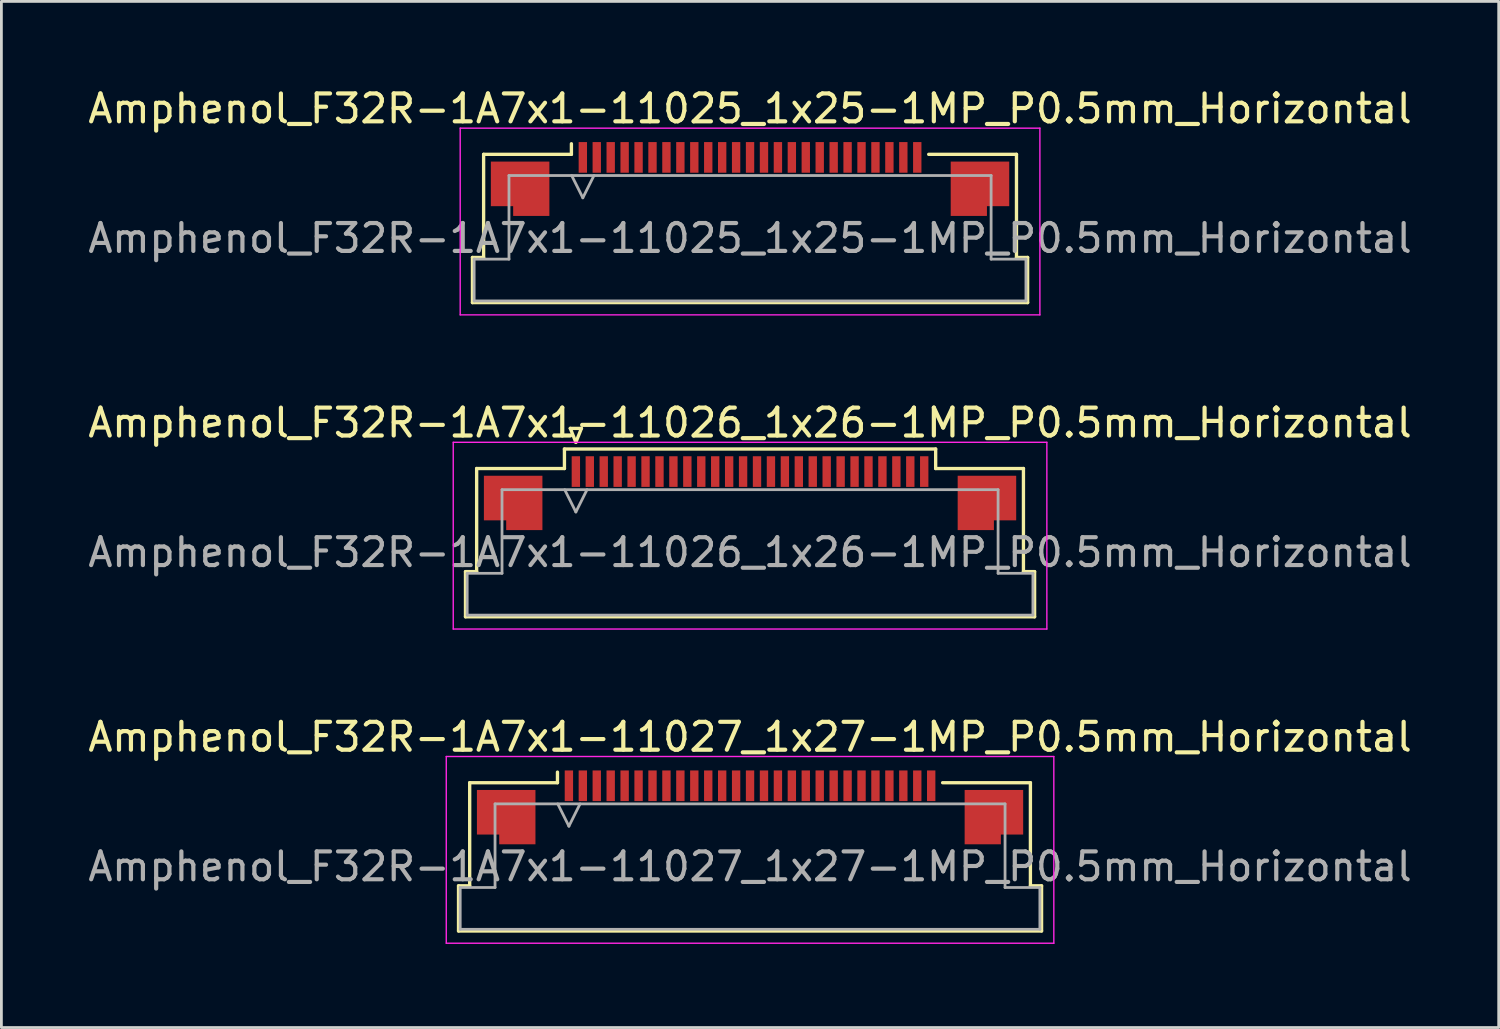
<source format=kicad_pcb>
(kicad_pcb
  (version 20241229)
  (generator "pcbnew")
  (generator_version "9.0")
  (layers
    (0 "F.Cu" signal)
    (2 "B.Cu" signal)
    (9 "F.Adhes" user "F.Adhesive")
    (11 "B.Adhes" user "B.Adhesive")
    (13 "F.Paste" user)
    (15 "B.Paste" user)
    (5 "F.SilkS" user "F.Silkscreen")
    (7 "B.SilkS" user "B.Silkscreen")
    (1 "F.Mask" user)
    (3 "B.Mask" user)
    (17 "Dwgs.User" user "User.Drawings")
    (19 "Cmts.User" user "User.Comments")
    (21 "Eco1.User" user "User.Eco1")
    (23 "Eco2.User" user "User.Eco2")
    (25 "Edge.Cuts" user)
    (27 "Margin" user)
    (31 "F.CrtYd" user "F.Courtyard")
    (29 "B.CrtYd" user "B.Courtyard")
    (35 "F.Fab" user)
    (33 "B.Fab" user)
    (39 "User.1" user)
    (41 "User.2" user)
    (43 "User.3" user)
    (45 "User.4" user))
  (footprint "Amphenol_F32R-1A7x1-11027_1x27-1MP_P0.5mm_Horizontal"
    (layer "F.Cu")
    (at 23.863 28.045)
    (property "Reference" "Amphenol_F32R-1A7x1-11027_1x27-1MP_P0.5mm_Horizontal" (at 0 -4.65 0) (layer "F.SilkS") (effects (font (size 1 1) (thickness 0.15))))
    (attr smd)
    (fp_line (start -10.46 0.69) (end -10.06 0.69) (stroke (width 0.12) (type solid)) (layer "F.SilkS"))
    (fp_line (start -10.46 2.31) (end -10.46 0.69) (stroke (width 0.12) (type solid)) (layer "F.SilkS"))
    (fp_line (start -10.06 -3.01) (end -6.91 -3.01) (stroke (width 0.12) (type solid)) (layer "F.SilkS"))
    (fp_line (start -10.06 0.69) (end -10.06 -3.01) (stroke (width 0.12) (type solid)) (layer "F.SilkS"))
    (fp_line (start -6.91 -3.01) (end -6.91 -3.39) (stroke (width 0.12) (type solid)) (layer "F.SilkS"))
    (fp_line (start 6.91 -3.01) (end 10.06 -3.01) (stroke (width 0.12) (type solid)) (layer "F.SilkS"))
    (fp_line (start 10.06 -3.01) (end 10.06 0.69) (stroke (width 0.12) (type solid)) (layer "F.SilkS"))
    (fp_line (start 10.06 0.69) (end 10.46 0.69) (stroke (width 0.12) (type solid)) (layer "F.SilkS"))
    (fp_line (start 10.46 0.69) (end 10.46 2.31) (stroke (width 0.12) (type solid)) (layer "F.SilkS"))
    (fp_line (start 10.46 2.31) (end -10.46 2.31) (stroke (width 0.12) (type solid)) (layer "F.SilkS"))
    (fp_line (start -10.9 -3.95) (end -10.9 2.75) (stroke (width 0.05) (type solid)) (layer "F.CrtYd"))
    (fp_line (start -10.9 2.75) (end 10.9 2.75) (stroke (width 0.05) (type solid)) (layer "F.CrtYd"))
    (fp_line (start 10.9 -3.95) (end -10.9 -3.95) (stroke (width 0.05) (type solid)) (layer "F.CrtYd"))
    (fp_line (start 10.9 2.75) (end 10.9 -3.95) (stroke (width 0.05) (type solid)) (layer "F.CrtYd"))
    (fp_line (start -10.4 0.75) (end -9.15 0.75) (stroke (width 0.1) (type solid)) (layer "F.Fab"))
    (fp_line (start -10.4 2.25) (end -10.4 0.75) (stroke (width 0.1) (type solid)) (layer "F.Fab"))
    (fp_line (start -9.15 -2.25) (end 9.15 -2.25) (stroke (width 0.1) (type solid)) (layer "F.Fab"))
    (fp_line (start -9.15 0.75) (end -9.15 -2.25) (stroke (width 0.1) (type solid)) (layer "F.Fab"))
    (fp_line (start -6.9 -2.25) (end -6.5 -1.45) (stroke (width 0.1) (type solid)) (layer "F.Fab"))
    (fp_line (start -6.5 -1.45) (end -6.1 -2.25) (stroke (width 0.1) (type solid)) (layer "F.Fab"))
    (fp_line (start 9.15 -2.25) (end 9.15 0.75) (stroke (width 0.1) (type solid)) (layer "F.Fab"))
    (fp_line (start 9.15 0.75) (end 10.4 0.75) (stroke (width 0.1) (type solid)) (layer "F.Fab"))
    (fp_line (start 10.4 0.75) (end 10.4 2.25) (stroke (width 0.1) (type solid)) (layer "F.Fab"))
    (fp_line (start 10.4 2.25) (end -10.4 2.25) (stroke (width 0.1) (type solid)) (layer "F.Fab"))
    (fp_text user "${REFERENCE}" (at 0 0 0) (layer "F.Fab") (effects (font (size 1 1) (thickness 0.15))))
    (pad "1" smd rect (at -6.5 -2.9) (size 0.3 1.1) (layers "F.Cu" "F.Mask" "F.Paste"))
    (pad "2" smd rect (at -6 -2.9) (size 0.3 1.1) (layers "F.Cu" "F.Mask" "F.Paste"))
    (pad "3" smd rect (at -5.5 -2.9) (size 0.3 1.1) (layers "F.Cu" "F.Mask" "F.Paste"))
    (pad "4" smd rect (at -5 -2.9) (size 0.3 1.1) (layers "F.Cu" "F.Mask" "F.Paste"))
    (pad "5" smd rect (at -4.5 -2.9) (size 0.3 1.1) (layers "F.Cu" "F.Mask" "F.Paste"))
    (pad "6" smd rect (at -4 -2.9) (size 0.3 1.1) (layers "F.Cu" "F.Mask" "F.Paste"))
    (pad "7" smd rect (at -3.5 -2.9) (size 0.3 1.1) (layers "F.Cu" "F.Mask" "F.Paste"))
    (pad "8" smd rect (at -3 -2.9) (size 0.3 1.1) (layers "F.Cu" "F.Mask" "F.Paste"))
    (pad "9" smd rect (at -2.5 -2.9) (size 0.3 1.1) (layers "F.Cu" "F.Mask" "F.Paste"))
    (pad "10" smd rect (at -2 -2.9) (size 0.3 1.1) (layers "F.Cu" "F.Mask" "F.Paste"))
    (pad "11" smd rect (at -1.5 -2.9) (size 0.3 1.1) (layers "F.Cu" "F.Mask" "F.Paste"))
    (pad "12" smd rect (at -1 -2.9) (size 0.3 1.1) (layers "F.Cu" "F.Mask" "F.Paste"))
    (pad "13" smd rect (at -0.5 -2.9) (size 0.3 1.1) (layers "F.Cu" "F.Mask" "F.Paste"))
    (pad "14" smd rect (at 0 -2.9) (size 0.3 1.1) (layers "F.Cu" "F.Mask" "F.Paste"))
    (pad "15" smd rect (at 0.5 -2.9) (size 0.3 1.1) (layers "F.Cu" "F.Mask" "F.Paste"))
    (pad "16" smd rect (at 1 -2.9) (size 0.3 1.1) (layers "F.Cu" "F.Mask" "F.Paste"))
    (pad "17" smd rect (at 1.5 -2.9) (size 0.3 1.1) (layers "F.Cu" "F.Mask" "F.Paste"))
    (pad "18" smd rect (at 2 -2.9) (size 0.3 1.1) (layers "F.Cu" "F.Mask" "F.Paste"))
    (pad "19" smd rect (at 2.5 -2.9) (size 0.3 1.1) (layers "F.Cu" "F.Mask" "F.Paste"))
    (pad "20" smd rect (at 3 -2.9) (size 0.3 1.1) (layers "F.Cu" "F.Mask" "F.Paste"))
    (pad "21" smd rect (at 3.5 -2.9) (size 0.3 1.1) (layers "F.Cu" "F.Mask" "F.Paste"))
    (pad "22" smd rect (at 4 -2.9) (size 0.3 1.1) (layers "F.Cu" "F.Mask" "F.Paste"))
    (pad "23" smd rect (at 4.5 -2.9) (size 0.3 1.1) (layers "F.Cu" "F.Mask" "F.Paste"))
    (pad "24" smd rect (at 5 -2.9) (size 0.3 1.1) (layers "F.Cu" "F.Mask" "F.Paste"))
    (pad "25" smd rect (at 5.5 -2.9) (size 0.3 1.1) (layers "F.Cu" "F.Mask" "F.Paste"))
    (pad "26" smd rect (at 6 -2.9) (size 0.3 1.1) (layers "F.Cu" "F.Mask" "F.Paste"))
    (pad "27" smd rect (at 6.5 -2.9) (size 0.3 1.1) (layers "F.Cu" "F.Mask" "F.Paste"))
    (pad "MP" smd custom (at -8.75 -1.775) (size 1 1) (layers "F.Cu" "F.Mask" "F.Paste") (options (anchor circle)) (primitives (gr_poly (pts (xy 1.05 -0.975) (xy 1.05 0.975) (xy -0.25 0.975) (xy -0.25 0.625) (xy -1.05 0.625) (xy -1.05 -0.975) (xy 1.05 -0.975)) (width 0) (fill yes))))
    (pad "MP" smd custom (at 8.75 -1.775) (size 1 1) (layers "F.Cu" "F.Mask" "F.Paste") (options (anchor circle)) (primitives (gr_poly (pts (xy -1.05 -0.975) (xy -1.05 0.975) (xy 0.25 0.975) (xy 0.25 0.625) (xy 1.05 0.625) (xy 1.05 -0.975) (xy -1.05 -0.975)) (width 0) (fill yes)))))
  (footprint "Amphenol_F32R-1A7x1-11025_1x25-1MP_P0.5mm_Horizontal"
    (layer "F.Cu")
    (at 23.863 5.498)
    (property "Reference" "Amphenol_F32R-1A7x1-11025_1x25-1MP_P0.5mm_Horizontal" (at 0 -4.65 0) (layer "F.SilkS") (effects (font (size 1 1) (thickness 0.15))))
    (attr smd)
    (fp_line (start -9.96 0.69) (end -9.56 0.69) (stroke (width 0.12) (type solid)) (layer "F.SilkS"))
    (fp_line (start -9.96 2.31) (end -9.96 0.69) (stroke (width 0.12) (type solid)) (layer "F.SilkS"))
    (fp_line (start -9.56 -3.01) (end -6.41 -3.01) (stroke (width 0.12) (type solid)) (layer "F.SilkS"))
    (fp_line (start -9.56 0.69) (end -9.56 -3.01) (stroke (width 0.12) (type solid)) (layer "F.SilkS"))
    (fp_line (start -6.41 -3.01) (end -6.41 -3.39) (stroke (width 0.12) (type solid)) (layer "F.SilkS"))
    (fp_line (start 6.41 -3.01) (end 9.56 -3.01) (stroke (width 0.12) (type solid)) (layer "F.SilkS"))
    (fp_line (start 9.56 -3.01) (end 9.56 0.69) (stroke (width 0.12) (type solid)) (layer "F.SilkS"))
    (fp_line (start 9.56 0.69) (end 9.96 0.69) (stroke (width 0.12) (type solid)) (layer "F.SilkS"))
    (fp_line (start 9.96 0.69) (end 9.96 2.31) (stroke (width 0.12) (type solid)) (layer "F.SilkS"))
    (fp_line (start 9.96 2.31) (end -9.96 2.31) (stroke (width 0.12) (type solid)) (layer "F.SilkS"))
    (fp_line (start -10.4 -3.95) (end -10.4 2.75) (stroke (width 0.05) (type solid)) (layer "F.CrtYd"))
    (fp_line (start -10.4 2.75) (end 10.4 2.75) (stroke (width 0.05) (type solid)) (layer "F.CrtYd"))
    (fp_line (start 10.4 -3.95) (end -10.4 -3.95) (stroke (width 0.05) (type solid)) (layer "F.CrtYd"))
    (fp_line (start 10.4 2.75) (end 10.4 -3.95) (stroke (width 0.05) (type solid)) (layer "F.CrtYd"))
    (fp_line (start -9.9 0.75) (end -8.65 0.75) (stroke (width 0.1) (type solid)) (layer "F.Fab"))
    (fp_line (start -9.9 2.25) (end -9.9 0.75) (stroke (width 0.1) (type solid)) (layer "F.Fab"))
    (fp_line (start -8.65 -2.25) (end 8.65 -2.25) (stroke (width 0.1) (type solid)) (layer "F.Fab"))
    (fp_line (start -8.65 0.75) (end -8.65 -2.25) (stroke (width 0.1) (type solid)) (layer "F.Fab"))
    (fp_line (start -6.4 -2.25) (end -6 -1.45) (stroke (width 0.1) (type solid)) (layer "F.Fab"))
    (fp_line (start -6 -1.45) (end -5.6 -2.25) (stroke (width 0.1) (type solid)) (layer "F.Fab"))
    (fp_line (start 8.65 -2.25) (end 8.65 0.75) (stroke (width 0.1) (type solid)) (layer "F.Fab"))
    (fp_line (start 8.65 0.75) (end 9.9 0.75) (stroke (width 0.1) (type solid)) (layer "F.Fab"))
    (fp_line (start 9.9 0.75) (end 9.9 2.25) (stroke (width 0.1) (type solid)) (layer "F.Fab"))
    (fp_line (start 9.9 2.25) (end -9.9 2.25) (stroke (width 0.1) (type solid)) (layer "F.Fab"))
    (fp_text user "${REFERENCE}" (at 0 0 0) (layer "F.Fab") (effects (font (size 1 1) (thickness 0.15))))
    (pad "1" smd rect (at -6 -2.9) (size 0.3 1.1) (layers "F.Cu" "F.Mask" "F.Paste"))
    (pad "2" smd rect (at -5.5 -2.9) (size 0.3 1.1) (layers "F.Cu" "F.Mask" "F.Paste"))
    (pad "3" smd rect (at -5 -2.9) (size 0.3 1.1) (layers "F.Cu" "F.Mask" "F.Paste"))
    (pad "4" smd rect (at -4.5 -2.9) (size 0.3 1.1) (layers "F.Cu" "F.Mask" "F.Paste"))
    (pad "5" smd rect (at -4 -2.9) (size 0.3 1.1) (layers "F.Cu" "F.Mask" "F.Paste"))
    (pad "6" smd rect (at -3.5 -2.9) (size 0.3 1.1) (layers "F.Cu" "F.Mask" "F.Paste"))
    (pad "7" smd rect (at -3 -2.9) (size 0.3 1.1) (layers "F.Cu" "F.Mask" "F.Paste"))
    (pad "8" smd rect (at -2.5 -2.9) (size 0.3 1.1) (layers "F.Cu" "F.Mask" "F.Paste"))
    (pad "9" smd rect (at -2 -2.9) (size 0.3 1.1) (layers "F.Cu" "F.Mask" "F.Paste"))
    (pad "10" smd rect (at -1.5 -2.9) (size 0.3 1.1) (layers "F.Cu" "F.Mask" "F.Paste"))
    (pad "11" smd rect (at -1 -2.9) (size 0.3 1.1) (layers "F.Cu" "F.Mask" "F.Paste"))
    (pad "12" smd rect (at -0.5 -2.9) (size 0.3 1.1) (layers "F.Cu" "F.Mask" "F.Paste"))
    (pad "13" smd rect (at 0 -2.9) (size 0.3 1.1) (layers "F.Cu" "F.Mask" "F.Paste"))
    (pad "14" smd rect (at 0.5 -2.9) (size 0.3 1.1) (layers "F.Cu" "F.Mask" "F.Paste"))
    (pad "15" smd rect (at 1 -2.9) (size 0.3 1.1) (layers "F.Cu" "F.Mask" "F.Paste"))
    (pad "16" smd rect (at 1.5 -2.9) (size 0.3 1.1) (layers "F.Cu" "F.Mask" "F.Paste"))
    (pad "17" smd rect (at 2 -2.9) (size 0.3 1.1) (layers "F.Cu" "F.Mask" "F.Paste"))
    (pad "18" smd rect (at 2.5 -2.9) (size 0.3 1.1) (layers "F.Cu" "F.Mask" "F.Paste"))
    (pad "19" smd rect (at 3 -2.9) (size 0.3 1.1) (layers "F.Cu" "F.Mask" "F.Paste"))
    (pad "20" smd rect (at 3.5 -2.9) (size 0.3 1.1) (layers "F.Cu" "F.Mask" "F.Paste"))
    (pad "21" smd rect (at 4 -2.9) (size 0.3 1.1) (layers "F.Cu" "F.Mask" "F.Paste"))
    (pad "22" smd rect (at 4.5 -2.9) (size 0.3 1.1) (layers "F.Cu" "F.Mask" "F.Paste"))
    (pad "23" smd rect (at 5 -2.9) (size 0.3 1.1) (layers "F.Cu" "F.Mask" "F.Paste"))
    (pad "24" smd rect (at 5.5 -2.9) (size 0.3 1.1) (layers "F.Cu" "F.Mask" "F.Paste"))
    (pad "25" smd rect (at 6 -2.9) (size 0.3 1.1) (layers "F.Cu" "F.Mask" "F.Paste"))
    (pad "MP" smd custom (at -8.25 -1.775) (size 1 1) (layers "F.Cu" "F.Mask" "F.Paste") (options (anchor circle)) (primitives (gr_poly (pts (xy 1.05 -0.975) (xy 1.05 0.975) (xy -0.25 0.975) (xy -0.25 0.625) (xy -1.05 0.625) (xy -1.05 -0.975) (xy 1.05 -0.975)) (width 0) (fill yes))))
    (pad "MP" smd custom (at 8.25 -1.775) (size 1 1) (layers "F.Cu" "F.Mask" "F.Paste") (options (anchor circle)) (primitives (gr_poly (pts (xy -1.05 -0.975) (xy -1.05 0.975) (xy 0.25 0.975) (xy 0.25 0.625) (xy 1.05 0.625) (xy 1.05 -0.975) (xy -1.05 -0.975)) (width 0) (fill yes)))))
  (footprint "Amphenol_F32R-1A7x1-11026_1x26-1MP_P0.5mm_Horizontal"
    (layer "F.Cu")
    (at 23.863 16.771)
    (property "Reference" "Amphenol_F32R-1A7x1-11026_1x26-1MP_P0.5mm_Horizontal" (at 0 -4.65 0) (layer "F.SilkS") (effects (font (size 1 1) (thickness 0.15))))
    (attr smd)
    (fp_line (start -10.21 0.69) (end -9.81 0.69) (stroke (width 0.12) (type solid)) (layer "F.SilkS"))
    (fp_line (start -10.21 2.31) (end -10.21 0.69) (stroke (width 0.12) (type solid)) (layer "F.SilkS"))
    (fp_line (start -9.81 -3.01) (end -6.66 -3.01) (stroke (width 0.12) (type solid)) (layer "F.SilkS"))
    (fp_line (start -9.81 0.69) (end -9.81 -3.01) (stroke (width 0.12) (type solid)) (layer "F.SilkS"))
    (fp_line (start -6.66 -3.71) (end 6.66 -3.71) (stroke (width 0.12) (type solid)) (layer "F.SilkS"))
    (fp_line (start -6.66 -3.01) (end -6.66 -3.71) (stroke (width 0.12) (type solid)) (layer "F.SilkS"))
    (fp_line (start -6.45 -4.45) (end -6.25 -3.95) (stroke (width 0.12) (type solid)) (layer "F.SilkS"))
    (fp_line (start -6.25 -3.95) (end -6.05 -4.45) (stroke (width 0.12) (type solid)) (layer "F.SilkS"))
    (fp_line (start -6.05 -4.45) (end -6.45 -4.45) (stroke (width 0.12) (type solid)) (layer "F.SilkS"))
    (fp_line (start 6.66 -3.71) (end 6.66 -3.01) (stroke (width 0.12) (type solid)) (layer "F.SilkS"))
    (fp_line (start 6.66 -3.01) (end 9.81 -3.01) (stroke (width 0.12) (type solid)) (layer "F.SilkS"))
    (fp_line (start 9.81 -3.01) (end 9.81 0.69) (stroke (width 0.12) (type solid)) (layer "F.SilkS"))
    (fp_line (start 9.81 0.69) (end 10.21 0.69) (stroke (width 0.12) (type solid)) (layer "F.SilkS"))
    (fp_line (start 10.21 0.69) (end 10.21 2.31) (stroke (width 0.12) (type solid)) (layer "F.SilkS"))
    (fp_line (start 10.21 2.31) (end -10.21 2.31) (stroke (width 0.12) (type solid)) (layer "F.SilkS"))
    (fp_line (start -10.65 -3.95) (end -10.65 2.75) (stroke (width 0.05) (type solid)) (layer "F.CrtYd"))
    (fp_line (start -10.65 2.75) (end 10.65 2.75) (stroke (width 0.05) (type solid)) (layer "F.CrtYd"))
    (fp_line (start 10.65 -3.95) (end -10.65 -3.95) (stroke (width 0.05) (type solid)) (layer "F.CrtYd"))
    (fp_line (start 10.65 2.75) (end 10.65 -3.95) (stroke (width 0.05) (type solid)) (layer "F.CrtYd"))
    (fp_line (start -10.15 0.75) (end -8.9 0.75) (stroke (width 0.1) (type solid)) (layer "F.Fab"))
    (fp_line (start -10.15 2.25) (end -10.15 0.75) (stroke (width 0.1) (type solid)) (layer "F.Fab"))
    (fp_line (start -8.9 -2.25) (end 8.9 -2.25) (stroke (width 0.1) (type solid)) (layer "F.Fab"))
    (fp_line (start -8.9 0.75) (end -8.9 -2.25) (stroke (width 0.1) (type solid)) (layer "F.Fab"))
    (fp_line (start -6.65 -2.25) (end -6.25 -1.45) (stroke (width 0.1) (type solid)) (layer "F.Fab"))
    (fp_line (start -6.25 -1.45) (end -5.85 -2.25) (stroke (width 0.1) (type solid)) (layer "F.Fab"))
    (fp_line (start 8.9 -2.25) (end 8.9 0.75) (stroke (width 0.1) (type solid)) (layer "F.Fab"))
    (fp_line (start 8.9 0.75) (end 10.15 0.75) (stroke (width 0.1) (type solid)) (layer "F.Fab"))
    (fp_line (start 10.15 0.75) (end 10.15 2.25) (stroke (width 0.1) (type solid)) (layer "F.Fab"))
    (fp_line (start 10.15 2.25) (end -10.15 2.25) (stroke (width 0.1) (type solid)) (layer "F.Fab"))
    (fp_text user "${REFERENCE}" (at 0 0 0) (layer "F.Fab") (effects (font (size 1 1) (thickness 0.15))))
    (pad "1" smd rect (at -6.25 -2.9) (size 0.3 1.1) (layers "F.Cu" "F.Mask" "F.Paste"))
    (pad "2" smd rect (at -5.75 -2.9) (size 0.3 1.1) (layers "F.Cu" "F.Mask" "F.Paste"))
    (pad "3" smd rect (at -5.25 -2.9) (size 0.3 1.1) (layers "F.Cu" "F.Mask" "F.Paste"))
    (pad "4" smd rect (at -4.75 -2.9) (size 0.3 1.1) (layers "F.Cu" "F.Mask" "F.Paste"))
    (pad "5" smd rect (at -4.25 -2.9) (size 0.3 1.1) (layers "F.Cu" "F.Mask" "F.Paste"))
    (pad "6" smd rect (at -3.75 -2.9) (size 0.3 1.1) (layers "F.Cu" "F.Mask" "F.Paste"))
    (pad "7" smd rect (at -3.25 -2.9) (size 0.3 1.1) (layers "F.Cu" "F.Mask" "F.Paste"))
    (pad "8" smd rect (at -2.75 -2.9) (size 0.3 1.1) (layers "F.Cu" "F.Mask" "F.Paste"))
    (pad "9" smd rect (at -2.25 -2.9) (size 0.3 1.1) (layers "F.Cu" "F.Mask" "F.Paste"))
    (pad "10" smd rect (at -1.75 -2.9) (size 0.3 1.1) (layers "F.Cu" "F.Mask" "F.Paste"))
    (pad "11" smd rect (at -1.25 -2.9) (size 0.3 1.1) (layers "F.Cu" "F.Mask" "F.Paste"))
    (pad "12" smd rect (at -0.75 -2.9) (size 0.3 1.1) (layers "F.Cu" "F.Mask" "F.Paste"))
    (pad "13" smd rect (at -0.25 -2.9) (size 0.3 1.1) (layers "F.Cu" "F.Mask" "F.Paste"))
    (pad "14" smd rect (at 0.25 -2.9) (size 0.3 1.1) (layers "F.Cu" "F.Mask" "F.Paste"))
    (pad "15" smd rect (at 0.75 -2.9) (size 0.3 1.1) (layers "F.Cu" "F.Mask" "F.Paste"))
    (pad "16" smd rect (at 1.25 -2.9) (size 0.3 1.1) (layers "F.Cu" "F.Mask" "F.Paste"))
    (pad "17" smd rect (at 1.75 -2.9) (size 0.3 1.1) (layers "F.Cu" "F.Mask" "F.Paste"))
    (pad "18" smd rect (at 2.25 -2.9) (size 0.3 1.1) (layers "F.Cu" "F.Mask" "F.Paste"))
    (pad "19" smd rect (at 2.75 -2.9) (size 0.3 1.1) (layers "F.Cu" "F.Mask" "F.Paste"))
    (pad "20" smd rect (at 3.25 -2.9) (size 0.3 1.1) (layers "F.Cu" "F.Mask" "F.Paste"))
    (pad "21" smd rect (at 3.75 -2.9) (size 0.3 1.1) (layers "F.Cu" "F.Mask" "F.Paste"))
    (pad "22" smd rect (at 4.25 -2.9) (size 0.3 1.1) (layers "F.Cu" "F.Mask" "F.Paste"))
    (pad "23" smd rect (at 4.75 -2.9) (size 0.3 1.1) (layers "F.Cu" "F.Mask" "F.Paste"))
    (pad "24" smd rect (at 5.25 -2.9) (size 0.3 1.1) (layers "F.Cu" "F.Mask" "F.Paste"))
    (pad "25" smd rect (at 5.75 -2.9) (size 0.3 1.1) (layers "F.Cu" "F.Mask" "F.Paste"))
    (pad "26" smd rect (at 6.25 -2.9) (size 0.3 1.1) (layers "F.Cu" "F.Mask" "F.Paste"))
    (pad "MP" smd custom (at -8.5 -1.775) (size 1 1) (layers "F.Cu" "F.Mask" "F.Paste") (options (anchor circle)) (primitives (gr_poly (pts (xy 1.05 -0.975) (xy 1.05 0.975) (xy -0.25 0.975) (xy -0.25 0.625) (xy -1.05 0.625) (xy -1.05 -0.975) (xy 1.05 -0.975)) (width 0) (fill yes))))
    (pad "MP" smd custom (at 8.5 -1.775) (size 1 1) (layers "F.Cu" "F.Mask" "F.Paste") (options (anchor circle)) (primitives (gr_poly (pts (xy -1.05 -0.975) (xy -1.05 0.975) (xy 0.25 0.975) (xy 0.25 0.625) (xy 1.05 0.625) (xy 1.05 -0.975) (xy -1.05 -0.975)) (width 0) (fill yes)))))
  (gr_rect
    (start -3 -3)
    (end 50.726 33.82)
    (stroke (width 0.1) (type default))
    (fill no)
    (layer "Edge.Cuts")))
</source>
